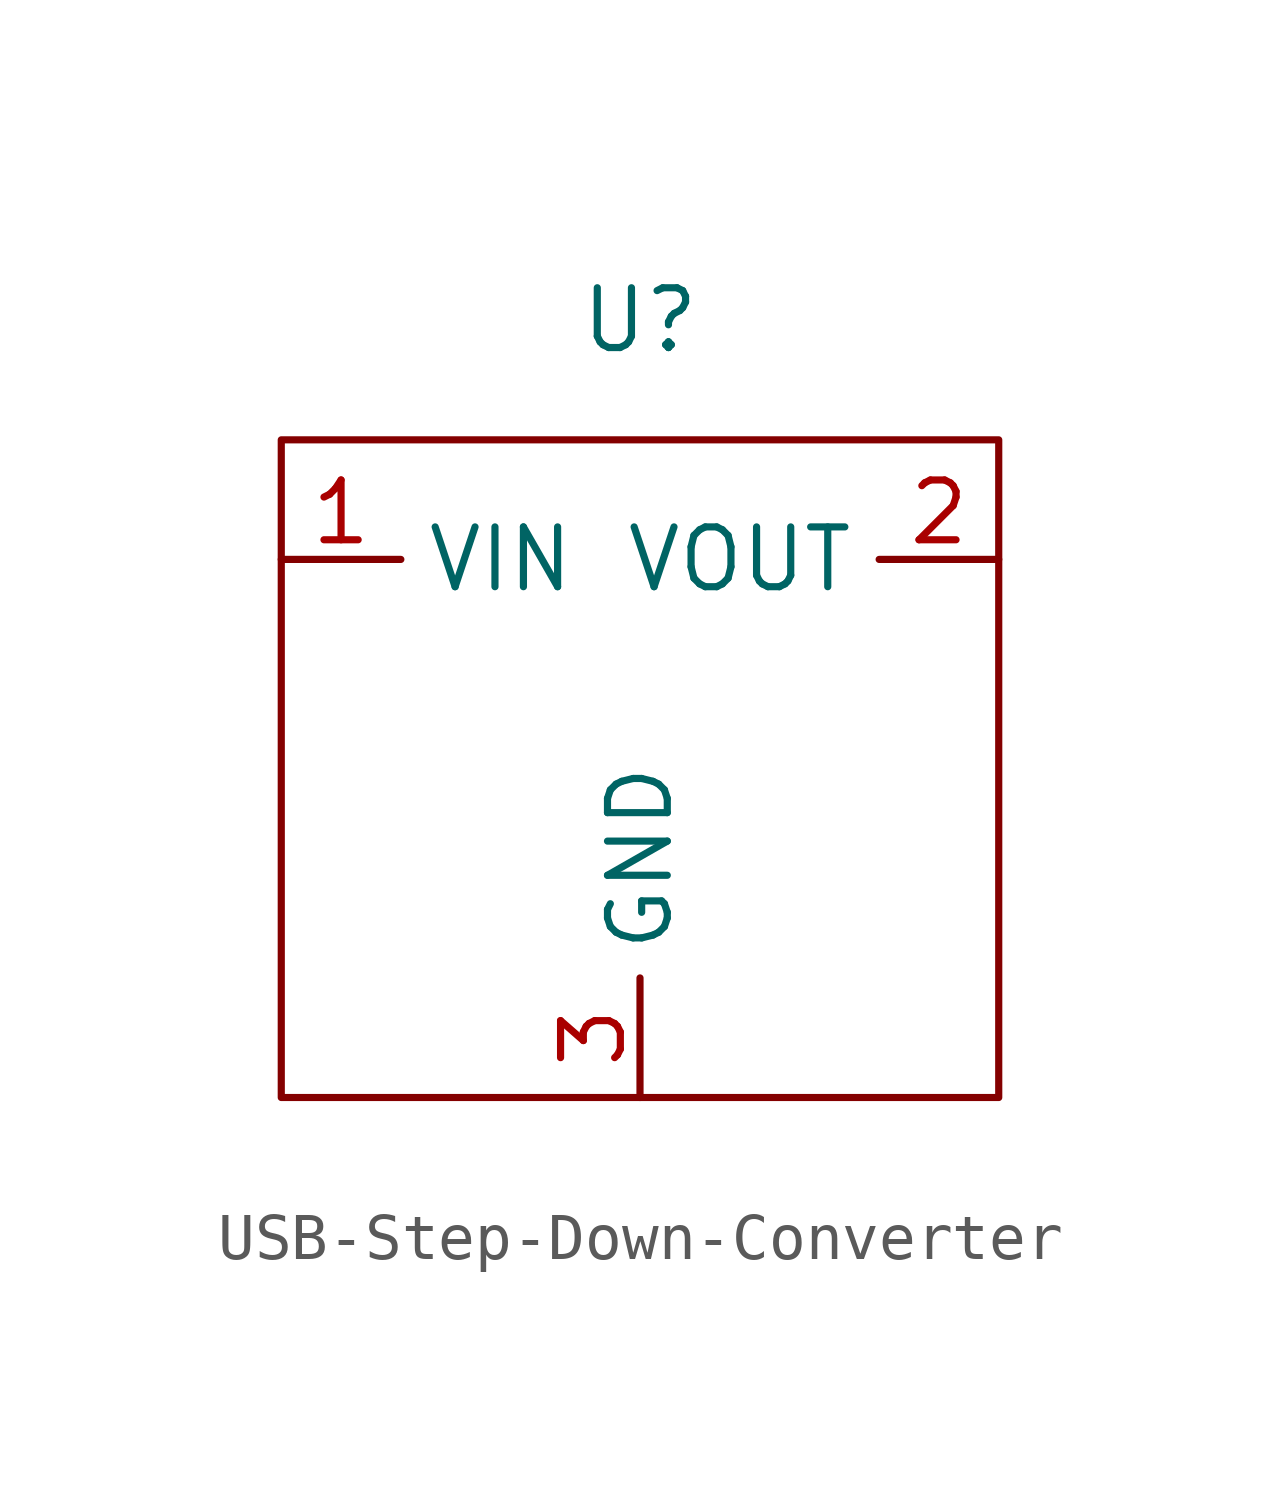
<source format=kicad_sym>
(kicad_symbol_lib
  (version 20220914)
  (generator kicad_symbol_editor)
  (symbol "USB-Step-Down-Converter"
    (property "Reference" "U"
      (at 0 0 0)
      (effects (font (size 1.27 1.27))))
    (property "Value" ""
      (at 0 0 0)
      (effects (font (size 1.27 1.27))))
    (symbol "USB-Step-Down-Converter_0_1"
      (rectangle (start -7.62 -2.54) (end 7.62 -16.51) (stroke (width 0) (type default)) (fill (type none))))
    (symbol "USB-Step-Down-Converter_1_1"
      (pin power_in line (at -7.62 -5.08 0) (length 2.54) (name "VIN" (effects (font (size 1.27 1.27)))) (number "1" (effects (font (size 1.27 1.27)))))
      (pin power_out line (at 7.62 -5.08 180) (length 2.54) (name "VOUT" (effects (font (size 1.27 1.27)))) (number "2" (effects (font (size 1.27 1.27)))))
      (pin passive line (at 0 -16.51 90) (length 2.54) (name "GND" (effects (font (size 1.27 1.27)))) (number "3" (effects (font (size 1.27 1.27))))))))
</source>
